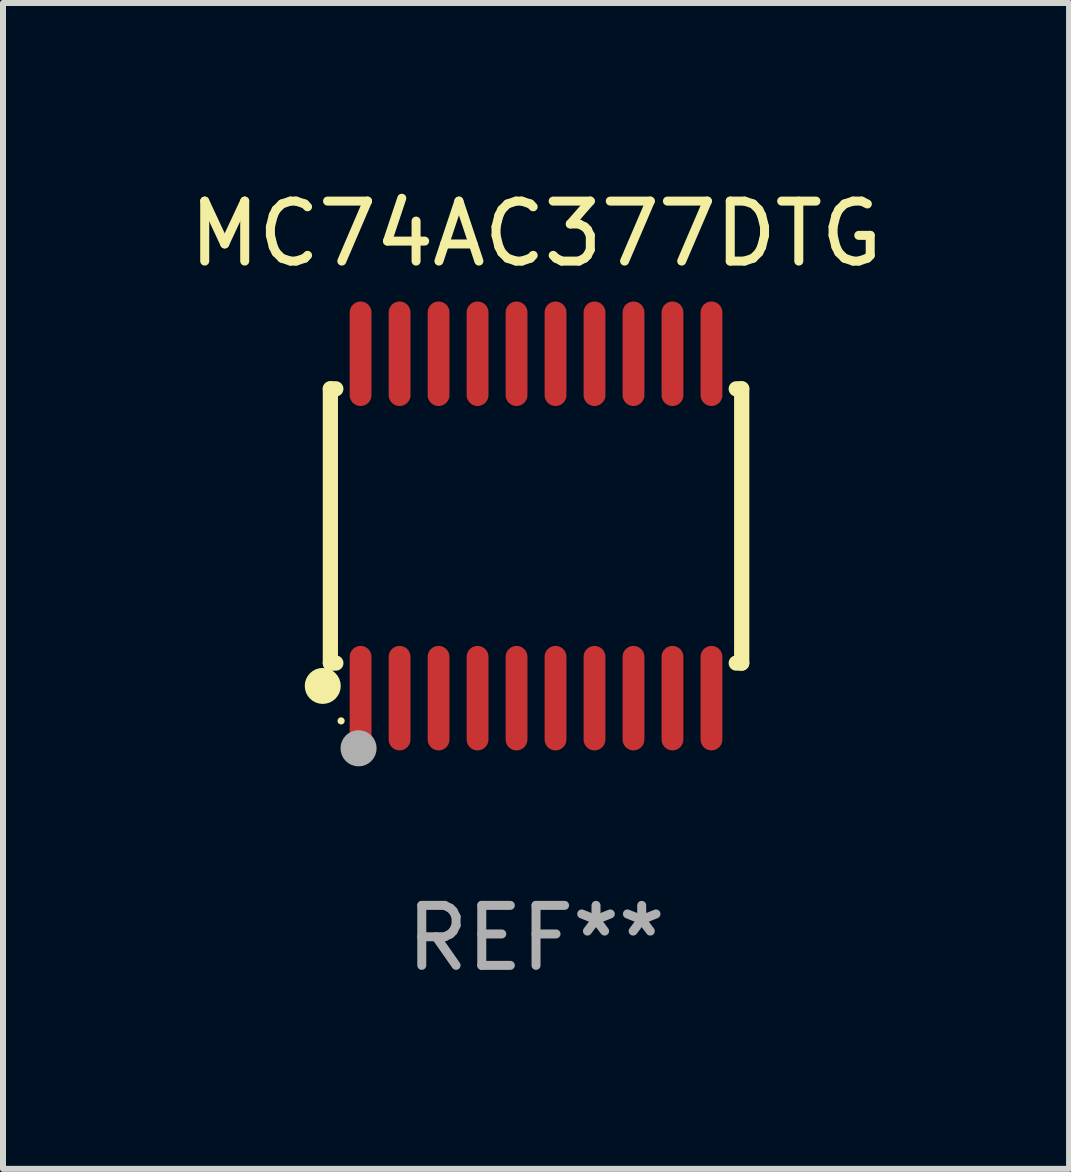
<source format=kicad_pcb>
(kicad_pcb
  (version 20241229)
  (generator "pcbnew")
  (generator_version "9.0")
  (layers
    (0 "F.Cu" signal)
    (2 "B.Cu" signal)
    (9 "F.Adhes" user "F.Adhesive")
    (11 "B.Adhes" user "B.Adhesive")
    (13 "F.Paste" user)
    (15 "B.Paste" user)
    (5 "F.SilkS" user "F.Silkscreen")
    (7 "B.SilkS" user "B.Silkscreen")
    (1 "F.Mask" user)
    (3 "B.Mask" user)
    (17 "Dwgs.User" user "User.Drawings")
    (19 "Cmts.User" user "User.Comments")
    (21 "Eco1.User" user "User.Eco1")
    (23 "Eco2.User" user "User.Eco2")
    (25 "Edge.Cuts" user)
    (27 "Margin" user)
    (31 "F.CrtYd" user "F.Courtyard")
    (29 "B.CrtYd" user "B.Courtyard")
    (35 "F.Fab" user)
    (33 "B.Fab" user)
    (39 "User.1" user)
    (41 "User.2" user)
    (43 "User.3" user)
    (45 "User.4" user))
  (footprint "MC74AC377DTG"
    (layer "F.Cu")
    (at 5.887 5.719)
    (property "Reference" "MC74AC377DTG" (at 0 -4.871 0) (layer "F.SilkS") (effects (font (size 1 1) (thickness 0.15))))
    (attr through_hole)
    (fp_line (start -3.429 -2.286) (end -3.429 2.286) (stroke (width 0.254) (type solid)) (layer "F.SilkS"))
    (fp_line (start -3.429 2.286) (end -3.338 2.286) (stroke (width 0.254) (type solid)) (layer "F.SilkS"))
    (fp_line (start -3.338 -2.286) (end -3.429 -2.286) (stroke (width 0.254) (type solid)) (layer "F.SilkS"))
    (fp_line (start 3.338 -2.286) (end 3.429 -2.286) (stroke (width 0.254) (type solid)) (layer "F.SilkS"))
    (fp_line (start 3.429 -2.286) (end 3.429 2.286) (stroke (width 0.254) (type solid)) (layer "F.SilkS"))
    (fp_line (start 3.429 2.286) (end 3.338 2.286) (stroke (width 0.254) (type solid)) (layer "F.SilkS"))
    (fp_circle (center -3.556 2.667) (end -3.406 2.667) (stroke (width 0.3) (type solid)) (fill no) (layer "F.SilkS"))
    (fp_circle (center -3.25 3.25) (end -3.22 3.25) (stroke (width 0.06) (type solid)) (fill no) (layer "F.SilkS"))
    (fp_circle (center -2.959 3.707) (end -2.808 3.707) (stroke (width 0.3) (type solid)) (fill no) (layer "F.Fab"))
    (fp_text user "REF**" (at 0 6.871 0) (layer "F.Fab") (effects (font (size 1 1) (thickness 0.15))))
    (pad "1" smd oval (at -2.925 2.871) (size 0.364 1.742) (layers "F.Cu" "F.Mask" "F.Paste"))
    (pad "2" smd oval (at -2.275 2.871) (size 0.364 1.742) (layers "F.Cu" "F.Mask" "F.Paste"))
    (pad "3" smd oval (at -1.625 2.871) (size 0.364 1.742) (layers "F.Cu" "F.Mask" "F.Paste"))
    (pad "4" smd oval (at -0.975 2.871) (size 0.364 1.742) (layers "F.Cu" "F.Mask" "F.Paste"))
    (pad "5" smd oval (at -0.325 2.871) (size 0.364 1.742) (layers "F.Cu" "F.Mask" "F.Paste"))
    (pad "6" smd oval (at 0.325 2.871) (size 0.364 1.742) (layers "F.Cu" "F.Mask" "F.Paste"))
    (pad "7" smd oval (at 0.975 2.871) (size 0.364 1.742) (layers "F.Cu" "F.Mask" "F.Paste"))
    (pad "8" smd oval (at 1.625 2.871) (size 0.364 1.742) (layers "F.Cu" "F.Mask" "F.Paste"))
    (pad "9" smd oval (at 2.275 2.871) (size 0.364 1.742) (layers "F.Cu" "F.Mask" "F.Paste"))
    (pad "10" smd oval (at 2.925 2.871) (size 0.364 1.742) (layers "F.Cu" "F.Mask" "F.Paste"))
    (pad "11" smd oval (at 2.925 -2.871) (size 0.364 1.742) (layers "F.Cu" "F.Mask" "F.Paste"))
    (pad "12" smd oval (at 2.275 -2.871) (size 0.364 1.742) (layers "F.Cu" "F.Mask" "F.Paste"))
    (pad "13" smd oval (at 1.625 -2.871) (size 0.364 1.742) (layers "F.Cu" "F.Mask" "F.Paste"))
    (pad "14" smd oval (at 0.975 -2.871) (size 0.364 1.742) (layers "F.Cu" "F.Mask" "F.Paste"))
    (pad "15" smd oval (at 0.325 -2.871) (size 0.364 1.742) (layers "F.Cu" "F.Mask" "F.Paste"))
    (pad "16" smd oval (at -0.325 -2.871) (size 0.364 1.742) (layers "F.Cu" "F.Mask" "F.Paste"))
    (pad "17" smd oval (at -0.975 -2.871) (size 0.364 1.742) (layers "F.Cu" "F.Mask" "F.Paste"))
    (pad "18" smd oval (at -1.625 -2.871) (size 0.364 1.742) (layers "F.Cu" "F.Mask" "F.Paste"))
    (pad "19" smd oval (at -2.275 -2.871) (size 0.364 1.742) (layers "F.Cu" "F.Mask" "F.Paste"))
    (pad "20" smd oval (at -2.925 -2.871) (size 0.364 1.742) (layers "F.Cu" "F.Mask" "F.Paste")))
  (gr_rect
    (start -3 -3)
    (end 14.774 16.438)
    (stroke (width 0.1) (type default))
    (fill no)
    (layer "Edge.Cuts")))
</source>
